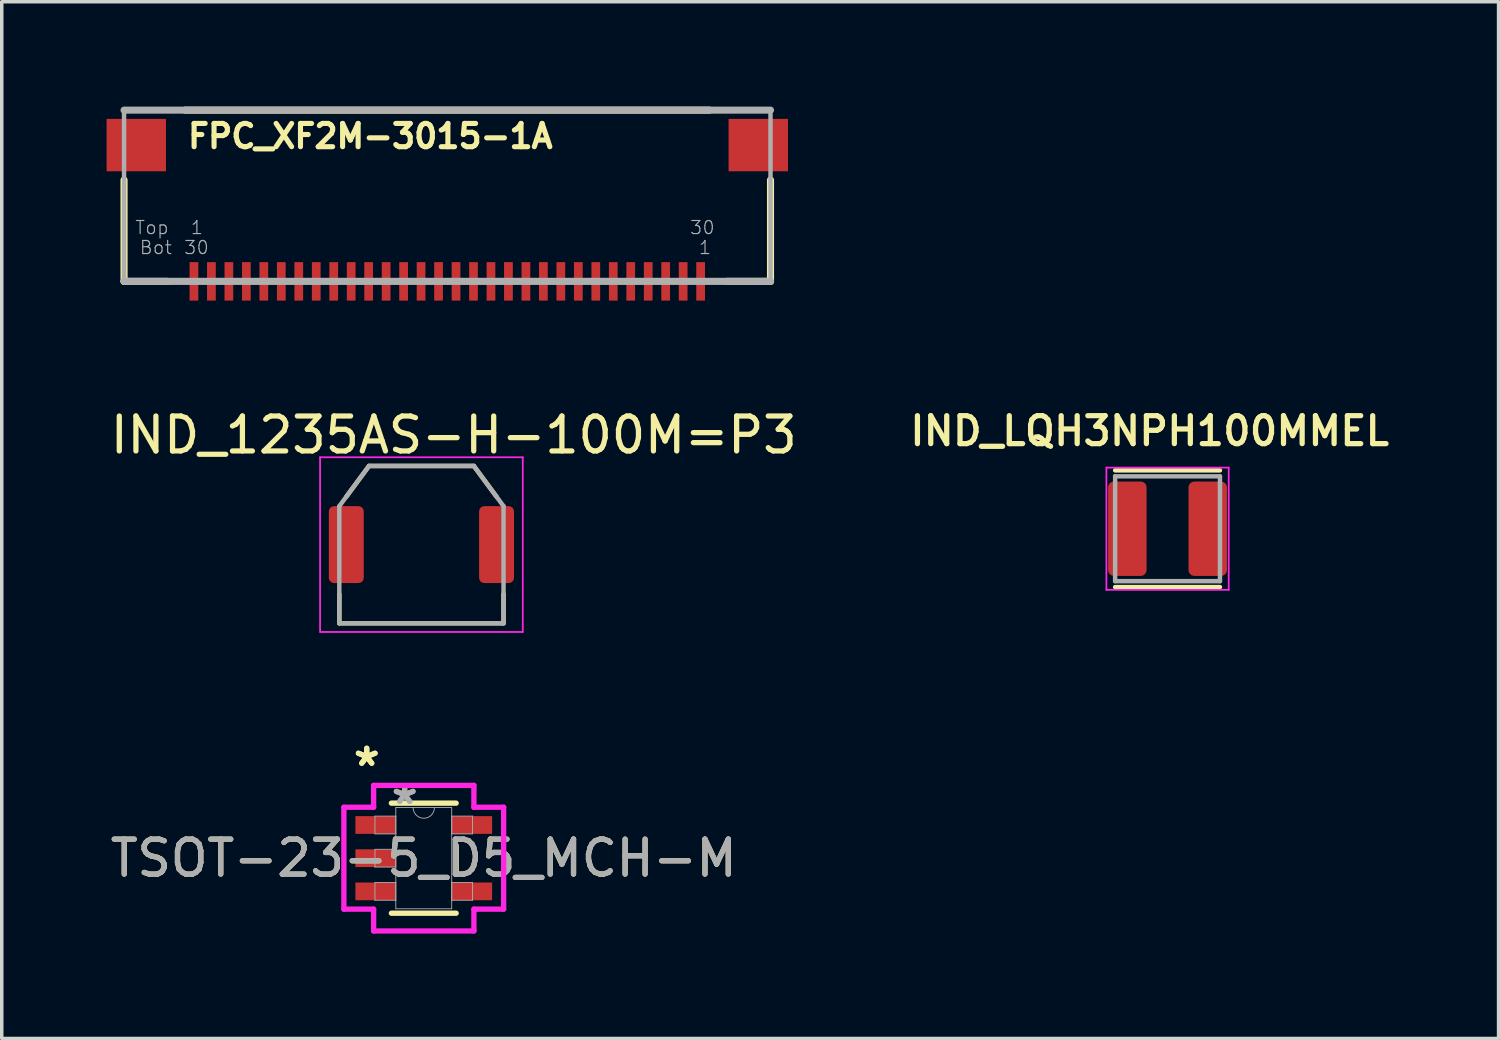
<source format=kicad_pcb>
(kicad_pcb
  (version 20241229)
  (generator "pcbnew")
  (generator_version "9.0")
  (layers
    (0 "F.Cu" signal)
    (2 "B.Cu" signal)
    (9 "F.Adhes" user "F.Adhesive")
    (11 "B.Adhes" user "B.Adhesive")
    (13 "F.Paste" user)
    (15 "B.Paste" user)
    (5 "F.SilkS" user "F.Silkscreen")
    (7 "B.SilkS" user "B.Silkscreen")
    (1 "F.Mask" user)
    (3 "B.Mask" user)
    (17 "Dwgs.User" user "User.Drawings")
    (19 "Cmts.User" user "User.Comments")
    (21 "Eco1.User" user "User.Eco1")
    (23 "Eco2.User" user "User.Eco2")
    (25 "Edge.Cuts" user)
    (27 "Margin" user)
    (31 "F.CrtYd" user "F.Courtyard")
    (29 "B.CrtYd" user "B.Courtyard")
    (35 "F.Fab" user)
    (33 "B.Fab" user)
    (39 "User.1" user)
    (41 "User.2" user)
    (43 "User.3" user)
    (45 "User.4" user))
  (footprint "IND_LQH3NPH100MMEL"
    (layer "F.Cu")
    (at 30.362 12.081)
    (property "Reference" "IND_LQH3NPH100MMEL" (at -0.51 -2.798 0) (layer "F.SilkS") (effects (font (size 0.8 0.8) (thickness 0.15))))
    (attr smd)
    (fp_line (start -1.5 -1.67) (end 1.5 -1.67) (stroke (width 0.127) (type solid)) (layer "F.SilkS"))
    (fp_line (start 1.5 1.67) (end -1.5 1.67) (stroke (width 0.127) (type solid)) (layer "F.SilkS"))
    (fp_line (start -1.75 -1.75) (end 1.75 -1.75) (stroke (width 0.05) (type solid)) (layer "F.CrtYd"))
    (fp_line (start -1.75 1.75) (end -1.75 -1.75) (stroke (width 0.05) (type solid)) (layer "F.CrtYd"))
    (fp_line (start 1.75 -1.75) (end 1.75 1.75) (stroke (width 0.05) (type solid)) (layer "F.CrtYd"))
    (fp_line (start 1.75 1.75) (end -1.75 1.75) (stroke (width 0.05) (type solid)) (layer "F.CrtYd"))
    (fp_line (start -1.5 -1.5) (end 1.5 -1.5) (stroke (width 0.127) (type solid)) (layer "F.Fab"))
    (fp_line (start -1.5 1.5) (end -1.5 -1.5) (stroke (width 0.127) (type solid)) (layer "F.Fab"))
    (fp_line (start 1.5 -1.5) (end 1.5 1.5) (stroke (width 0.127) (type solid)) (layer "F.Fab"))
    (fp_line (start 1.5 1.5) (end -1.5 1.5) (stroke (width 0.127) (type solid)) (layer "F.Fab"))
    (pad "1" smd roundrect (at -1.15 0) (size 1.1 2.7) (layers "F.Cu" "F.Mask" "F.Paste") (roundrect_rratio 0.15))
    (pad "2" smd roundrect (at 1.15 0) (size 1.1 2.7) (layers "F.Cu" "F.Mask" "F.Paste") (roundrect_rratio 0.15)))
  (footprint "FPC_XF2M-3015-1A"
    (layer "F.Cu")
    (at 9.75 2.372)
    (property "Reference" "FPC_XF2M-3015-1A" (at -7.5 -1.135 0) (layer "F.SilkS") (effects (font (size 0.666 0.666) (thickness 0.146)) (justify left bottom)))
    (fp_line (start -9.25 -0.27) (end -9.25 2.63) (stroke (width 0.203) (type solid)) (layer "F.SilkS"))
    (fp_line (start -8 2.63) (end -9.25 2.63) (stroke (width 0.203) (type solid)) (layer "F.SilkS"))
    (fp_line (start 7.5 -2.27) (end -7.5 -2.27) (stroke (width 0.203) (type solid)) (layer "F.SilkS"))
    (fp_line (start 8 2.63) (end 9.25 2.63) (stroke (width 0.203) (type solid)) (layer "F.SilkS"))
    (fp_line (start 9.25 -0.27) (end 9.25 2.63) (stroke (width 0.203) (type solid)) (layer "F.SilkS"))
    (fp_line (start -9.25 -2.27) (end -9.25 2.63) (stroke (width 0.127) (type solid)) (layer "F.Fab"))
    (fp_line (start 9.25 -2.27) (end -9.25 -2.27) (stroke (width 0.203) (type solid)) (layer "F.Fab"))
    (fp_line (start 9.25 -2.27) (end 9.25 2.63) (stroke (width 0.127) (type solid)) (layer "F.Fab"))
    (fp_line (start 9.25 2.63) (end -9.25 2.63) (stroke (width 0.203) (type solid)) (layer "F.Fab"))
    (fp_text user "1" (at -7.366 1.31 0) (layer "F.Fab") (effects (font (size 0.374 0.374) (thickness 0.033)) (justify left bottom)))
    (fp_text user "Top" (at -8.954 1.31 0) (layer "F.Fab") (effects (font (size 0.374 0.374) (thickness 0.033)) (justify left bottom)))
    (fp_text user "Bot" (at -8.826 1.881 0) (layer "F.Fab") (effects (font (size 0.374 0.374) (thickness 0.033)) (justify left bottom)))
    (fp_text user "1" (at 7.176 1.881 0) (layer "F.Fab") (effects (font (size 0.374 0.374) (thickness 0.033)) (justify left bottom)))
    (fp_text user "30" (at 6.921 1.31 0) (layer "F.Fab") (effects (font (size 0.374 0.374) (thickness 0.033)) (justify left bottom)))
    (fp_text user "30" (at -7.556 1.881 0) (layer "F.Fab") (effects (font (size 0.374 0.374) (thickness 0.033)) (justify left bottom)))
    (pad "P$1" smd rect (at 7.25 2.63 180) (size 0.25 1.1) (layers "F.Cu" "F.Mask" "F.Paste"))
    (pad "P$2" smd rect (at 6.75 2.63 180) (size 0.25 1.1) (layers "F.Cu" "F.Mask" "F.Paste"))
    (pad "P$3" smd rect (at 6.25 2.63 180) (size 0.25 1.1) (layers "F.Cu" "F.Mask" "F.Paste"))
    (pad "P$4" smd rect (at 5.75 2.63 180) (size 0.25 1.1) (layers "F.Cu" "F.Mask" "F.Paste"))
    (pad "P$5" smd rect (at 5.25 2.63 180) (size 0.25 1.1) (layers "F.Cu" "F.Mask" "F.Paste"))
    (pad "P$6" smd rect (at 4.75 2.63 180) (size 0.25 1.1) (layers "F.Cu" "F.Mask" "F.Paste"))
    (pad "P$7" smd rect (at 4.25 2.63 180) (size 0.25 1.1) (layers "F.Cu" "F.Mask" "F.Paste"))
    (pad "P$8" smd rect (at 3.75 2.63 180) (size 0.25 1.1) (layers "F.Cu" "F.Mask" "F.Paste"))
    (pad "P$9" smd rect (at 3.25 2.63 180) (size 0.25 1.1) (layers "F.Cu" "F.Mask" "F.Paste"))
    (pad "P$10" smd rect (at 2.75 2.63 180) (size 0.25 1.1) (layers "F.Cu" "F.Mask" "F.Paste"))
    (pad "P$11" smd rect (at 2.25 2.63 180) (size 0.25 1.1) (layers "F.Cu" "F.Mask" "F.Paste"))
    (pad "P$12" smd rect (at 1.75 2.63 180) (size 0.25 1.1) (layers "F.Cu" "F.Mask" "F.Paste"))
    (pad "P$13" smd rect (at 1.25 2.63 180) (size 0.25 1.1) (layers "F.Cu" "F.Mask" "F.Paste"))
    (pad "P$14" smd rect (at 0.75 2.63 180) (size 0.25 1.1) (layers "F.Cu" "F.Mask" "F.Paste"))
    (pad "P$15" smd rect (at 0.25 2.63 180) (size 0.25 1.1) (layers "F.Cu" "F.Mask" "F.Paste"))
    (pad "P$16" smd rect (at -0.25 2.63 180) (size 0.25 1.1) (layers "F.Cu" "F.Mask" "F.Paste"))
    (pad "P$17" smd rect (at -0.75 2.63 180) (size 0.25 1.1) (layers "F.Cu" "F.Mask" "F.Paste"))
    (pad "P$18" smd rect (at -1.25 2.63 180) (size 0.25 1.1) (layers "F.Cu" "F.Mask" "F.Paste"))
    (pad "P$19" smd rect (at -1.75 2.63 180) (size 0.25 1.1) (layers "F.Cu" "F.Mask" "F.Paste"))
    (pad "P$20" smd rect (at -2.25 2.63 180) (size 0.25 1.1) (layers "F.Cu" "F.Mask" "F.Paste"))
    (pad "P$21" smd rect (at -2.75 2.63 180) (size 0.25 1.1) (layers "F.Cu" "F.Mask" "F.Paste"))
    (pad "P$22" smd rect (at -3.25 2.63 180) (size 0.25 1.1) (layers "F.Cu" "F.Mask" "F.Paste"))
    (pad "P$23" smd rect (at -3.75 2.63 180) (size 0.25 1.1) (layers "F.Cu" "F.Mask" "F.Paste"))
    (pad "P$24" smd rect (at -4.25 2.63 180) (size 0.25 1.1) (layers "F.Cu" "F.Mask" "F.Paste"))
    (pad "P$25" smd rect (at -4.75 2.63 180) (size 0.25 1.1) (layers "F.Cu" "F.Mask" "F.Paste"))
    (pad "P$26" smd rect (at -5.25 2.63 180) (size 0.25 1.1) (layers "F.Cu" "F.Mask" "F.Paste"))
    (pad "P$27" smd rect (at -5.75 2.63 180) (size 0.25 1.1) (layers "F.Cu" "F.Mask" "F.Paste"))
    (pad "P$28" smd rect (at -6.25 2.63 180) (size 0.25 1.1) (layers "F.Cu" "F.Mask" "F.Paste"))
    (pad "P$29" smd rect (at -6.75 2.63 180) (size 0.25 1.1) (layers "F.Cu" "F.Mask" "F.Paste"))
    (pad "P$30" smd rect (at -7.25 2.63 180) (size 0.25 1.1) (layers "F.Cu" "F.Mask" "F.Paste"))
    (pad "SUPPORT1" smd rect (at 8.9 -1.27 180) (size 1.7 1.5) (layers "F.Cu" "F.Mask" "F.Paste"))
    (pad "SUPPORT2" smd rect (at -8.9 -1.27 180) (size 1.7 1.5) (layers "F.Cu" "F.Mask" "F.Paste")))
  (footprint "TSOT-23-5_D5_MCH-M"
    (layer "F.Cu")
    (at 9.077 21.509)
    (property "Reference" "TSOT-23-5_D5_MCH-M" (at 0 0 0) (unlocked yes) (layer "F.SilkS") (effects (font (size 1 1) (thickness 0.15))))
    (attr smd)
    (fp_line (start -0.927 1.575) (end 0.927 1.575) (stroke (width 0.152) (type solid)) (layer "F.SilkS"))
    (fp_line (start 0.927 -1.575) (end -0.927 -1.575) (stroke (width 0.152) (type solid)) (layer "F.SilkS"))
    (fp_line (start 0.927 0.363) (end 0.927 -0.363) (stroke (width 0.152) (type solid)) (layer "F.SilkS"))
    (fp_line (start -2.286 -1.458) (end -1.435 -1.458) (stroke (width 0.152) (type solid)) (layer "F.CrtYd"))
    (fp_line (start -2.286 1.458) (end -2.286 -1.458) (stroke (width 0.152) (type solid)) (layer "F.CrtYd"))
    (fp_line (start -1.435 -2.083) (end 1.435 -2.083) (stroke (width 0.152) (type solid)) (layer "F.CrtYd"))
    (fp_line (start -1.435 -1.458) (end -1.435 -2.083) (stroke (width 0.152) (type solid)) (layer "F.CrtYd"))
    (fp_line (start -1.435 1.458) (end -2.286 1.458) (stroke (width 0.152) (type solid)) (layer "F.CrtYd"))
    (fp_line (start -1.435 2.083) (end -1.435 1.458) (stroke (width 0.152) (type solid)) (layer "F.CrtYd"))
    (fp_line (start 1.435 -2.083) (end 1.435 -1.458) (stroke (width 0.152) (type solid)) (layer "F.CrtYd"))
    (fp_line (start 1.435 -1.458) (end 2.286 -1.458) (stroke (width 0.152) (type solid)) (layer "F.CrtYd"))
    (fp_line (start 1.435 1.458) (end 1.435 2.083) (stroke (width 0.152) (type solid)) (layer "F.CrtYd"))
    (fp_line (start 1.435 2.083) (end -1.435 2.083) (stroke (width 0.152) (type solid)) (layer "F.CrtYd"))
    (fp_line (start 2.286 -1.458) (end 2.286 1.458) (stroke (width 0.152) (type solid)) (layer "F.CrtYd"))
    (fp_line (start 2.286 1.458) (end 1.435 1.458) (stroke (width 0.152) (type solid)) (layer "F.CrtYd"))
    (fp_line (start -1.397 -1.204) (end -1.397 -0.696) (stroke (width 0.025) (type solid)) (layer "F.Fab"))
    (fp_line (start -1.397 -0.696) (end -0.8 -0.696) (stroke (width 0.025) (type solid)) (layer "F.Fab"))
    (fp_line (start -1.397 -0.254) (end -1.397 0.254) (stroke (width 0.025) (type solid)) (layer "F.Fab"))
    (fp_line (start -1.397 0.254) (end -0.8 0.254) (stroke (width 0.025) (type solid)) (layer "F.Fab"))
    (fp_line (start -1.397 0.696) (end -1.397 1.204) (stroke (width 0.025) (type solid)) (layer "F.Fab"))
    (fp_line (start -1.397 1.204) (end -0.8 1.204) (stroke (width 0.025) (type solid)) (layer "F.Fab"))
    (fp_line (start -0.8 -1.448) (end -0.8 1.448) (stroke (width 0.025) (type solid)) (layer "F.Fab"))
    (fp_line (start -0.8 -1.204) (end -1.397 -1.204) (stroke (width 0.025) (type solid)) (layer "F.Fab"))
    (fp_line (start -0.8 -0.696) (end -0.8 -1.204) (stroke (width 0.025) (type solid)) (layer "F.Fab"))
    (fp_line (start -0.8 -0.254) (end -1.397 -0.254) (stroke (width 0.025) (type solid)) (layer "F.Fab"))
    (fp_line (start -0.8 0.254) (end -0.8 -0.254) (stroke (width 0.025) (type solid)) (layer "F.Fab"))
    (fp_line (start -0.8 0.696) (end -1.397 0.696) (stroke (width 0.025) (type solid)) (layer "F.Fab"))
    (fp_line (start -0.8 1.204) (end -0.8 0.696) (stroke (width 0.025) (type solid)) (layer "F.Fab"))
    (fp_line (start -0.8 1.448) (end 0.8 1.448) (stroke (width 0.025) (type solid)) (layer "F.Fab"))
    (fp_line (start 0.8 -1.448) (end -0.8 -1.448) (stroke (width 0.025) (type solid)) (layer "F.Fab"))
    (fp_line (start 0.8 -1.204) (end 0.8 -0.696) (stroke (width 0.025) (type solid)) (layer "F.Fab"))
    (fp_line (start 0.8 -0.696) (end 1.397 -0.696) (stroke (width 0.025) (type solid)) (layer "F.Fab"))
    (fp_line (start 0.8 0.696) (end 0.8 1.204) (stroke (width 0.025) (type solid)) (layer "F.Fab"))
    (fp_line (start 0.8 1.204) (end 1.397 1.204) (stroke (width 0.025) (type solid)) (layer "F.Fab"))
    (fp_line (start 0.8 1.448) (end 0.8 -1.448) (stroke (width 0.025) (type solid)) (layer "F.Fab"))
    (fp_line (start 1.397 -1.204) (end 0.8 -1.204) (stroke (width 0.025) (type solid)) (layer "F.Fab"))
    (fp_line (start 1.397 -0.696) (end 1.397 -1.204) (stroke (width 0.025) (type solid)) (layer "F.Fab"))
    (fp_line (start 1.397 0.696) (end 0.8 0.696) (stroke (width 0.025) (type solid)) (layer "F.Fab"))
    (fp_line (start 1.397 1.204) (end 1.397 0.696) (stroke (width 0.025) (type solid)) (layer "F.Fab"))
    (fp_arc (start 0.3048 -1.4478) (mid 0 -1.143) (end -0.3048 -1.4478) (stroke (width 0.0254) (type solid)) (layer "F.Fab"))
    (fp_text user "*" (at -1.632 -2.601 0) (layer "F.SilkS") (effects (font (size 1 1) (thickness 0.15))))
    (fp_text user "*" (at -1.632 -2.601 0) (unlocked yes) (layer "F.SilkS") (effects (font (size 1 1) (thickness 0.15))))
    (fp_text user "${REFERENCE}" (at 0 0 0) (unlocked yes) (layer "F.Fab") (effects (font (size 1 1) (thickness 0.15))))
    (fp_text user "*" (at -0.546 -1.509 0) (unlocked yes) (layer "F.Fab") (effects (font (size 1 1) (thickness 0.15))))
    (fp_text user "*" (at -0.546 -1.509 0) (layer "F.Fab") (effects (font (size 1 1) (thickness 0.15))))
    (pad "1" smd rect (at -1.378 -0.95) (size 1.156 0.508) (layers "F.Cu" "F.Mask" "F.Paste"))
    (pad "2" smd rect (at -1.378 0) (size 1.156 0.508) (layers "F.Cu" "F.Mask" "F.Paste"))
    (pad "3" smd rect (at -1.378 0.95) (size 1.156 0.508) (layers "F.Cu" "F.Mask" "F.Paste"))
    (pad "4" smd rect (at 1.378 0.95) (size 1.156 0.508) (layers "F.Cu" "F.Mask" "F.Paste"))
    (pad "5" smd rect (at 1.378 -0.95) (size 1.156 0.508) (layers "F.Cu" "F.Mask" "F.Paste")))
  (footprint "IND_1235AS-H-100M=P3"
    (layer "F.Cu")
    (at 9.01 12.535)
    (property "Reference" "IND_1235AS-H-100M=P3" (at 0.925 -3.135 0) (layer "F.SilkS") (effects (font (size 1 1) (thickness 0.15))))
    (attr smd)
    (fp_line (start -2.35 2.25) (end -2.35 1.42) (stroke (width 0.127) (type solid)) (layer "F.SilkS"))
    (fp_line (start -2.15 -1.37) (end -1.5 -2.25) (stroke (width 0.127) (type solid)) (layer "F.SilkS"))
    (fp_line (start -1.5 -2.25) (end 1.5 -2.25) (stroke (width 0.127) (type solid)) (layer "F.SilkS"))
    (fp_line (start 1.5 -2.25) (end 2.15 -1.37) (stroke (width 0.127) (type solid)) (layer "F.SilkS"))
    (fp_line (start 2.35 2.25) (end -2.35 2.25) (stroke (width 0.127) (type solid)) (layer "F.SilkS"))
    (fp_line (start 2.35 2.25) (end 2.35 1.42) (stroke (width 0.127) (type solid)) (layer "F.SilkS"))
    (fp_line (start -2.9 -2.5) (end 2.9 -2.5) (stroke (width 0.05) (type solid)) (layer "F.CrtYd"))
    (fp_line (start -2.9 2.5) (end -2.9 -2.5) (stroke (width 0.05) (type solid)) (layer "F.CrtYd"))
    (fp_line (start 2.9 -2.5) (end 2.9 2.5) (stroke (width 0.05) (type solid)) (layer "F.CrtYd"))
    (fp_line (start 2.9 2.5) (end -2.9 2.5) (stroke (width 0.05) (type solid)) (layer "F.CrtYd"))
    (fp_line (start -2.35 -1.1) (end -1.5 -2.25) (stroke (width 0.127) (type solid)) (layer "F.Fab"))
    (fp_line (start -2.35 2.25) (end -2.35 -1.1) (stroke (width 0.127) (type solid)) (layer "F.Fab"))
    (fp_line (start -1.5 -2.25) (end 1.5 -2.25) (stroke (width 0.127) (type solid)) (layer "F.Fab"))
    (fp_line (start 1.5 -2.25) (end 2.35 -1.1) (stroke (width 0.127) (type solid)) (layer "F.Fab"))
    (fp_line (start 2.35 -1.1) (end 2.35 2.25) (stroke (width 0.127) (type solid)) (layer "F.Fab"))
    (fp_line (start 2.35 2.25) (end -2.35 2.25) (stroke (width 0.127) (type solid)) (layer "F.Fab"))
    (pad "1" smd roundrect (at -2.15 0) (size 1 2.2) (layers "F.Cu" "F.Mask" "F.Paste") (roundrect_rratio 0.15))
    (pad "2" smd roundrect (at 2.15 0) (size 1 2.2) (layers "F.Cu" "F.Mask" "F.Paste") (roundrect_rratio 0.15)))
  (gr_rect
    (start -3 -3)
    (end 39.835 26.668)
    (stroke (width 0.1) (type default))
    (fill no)
    (layer "Edge.Cuts")))
</source>
